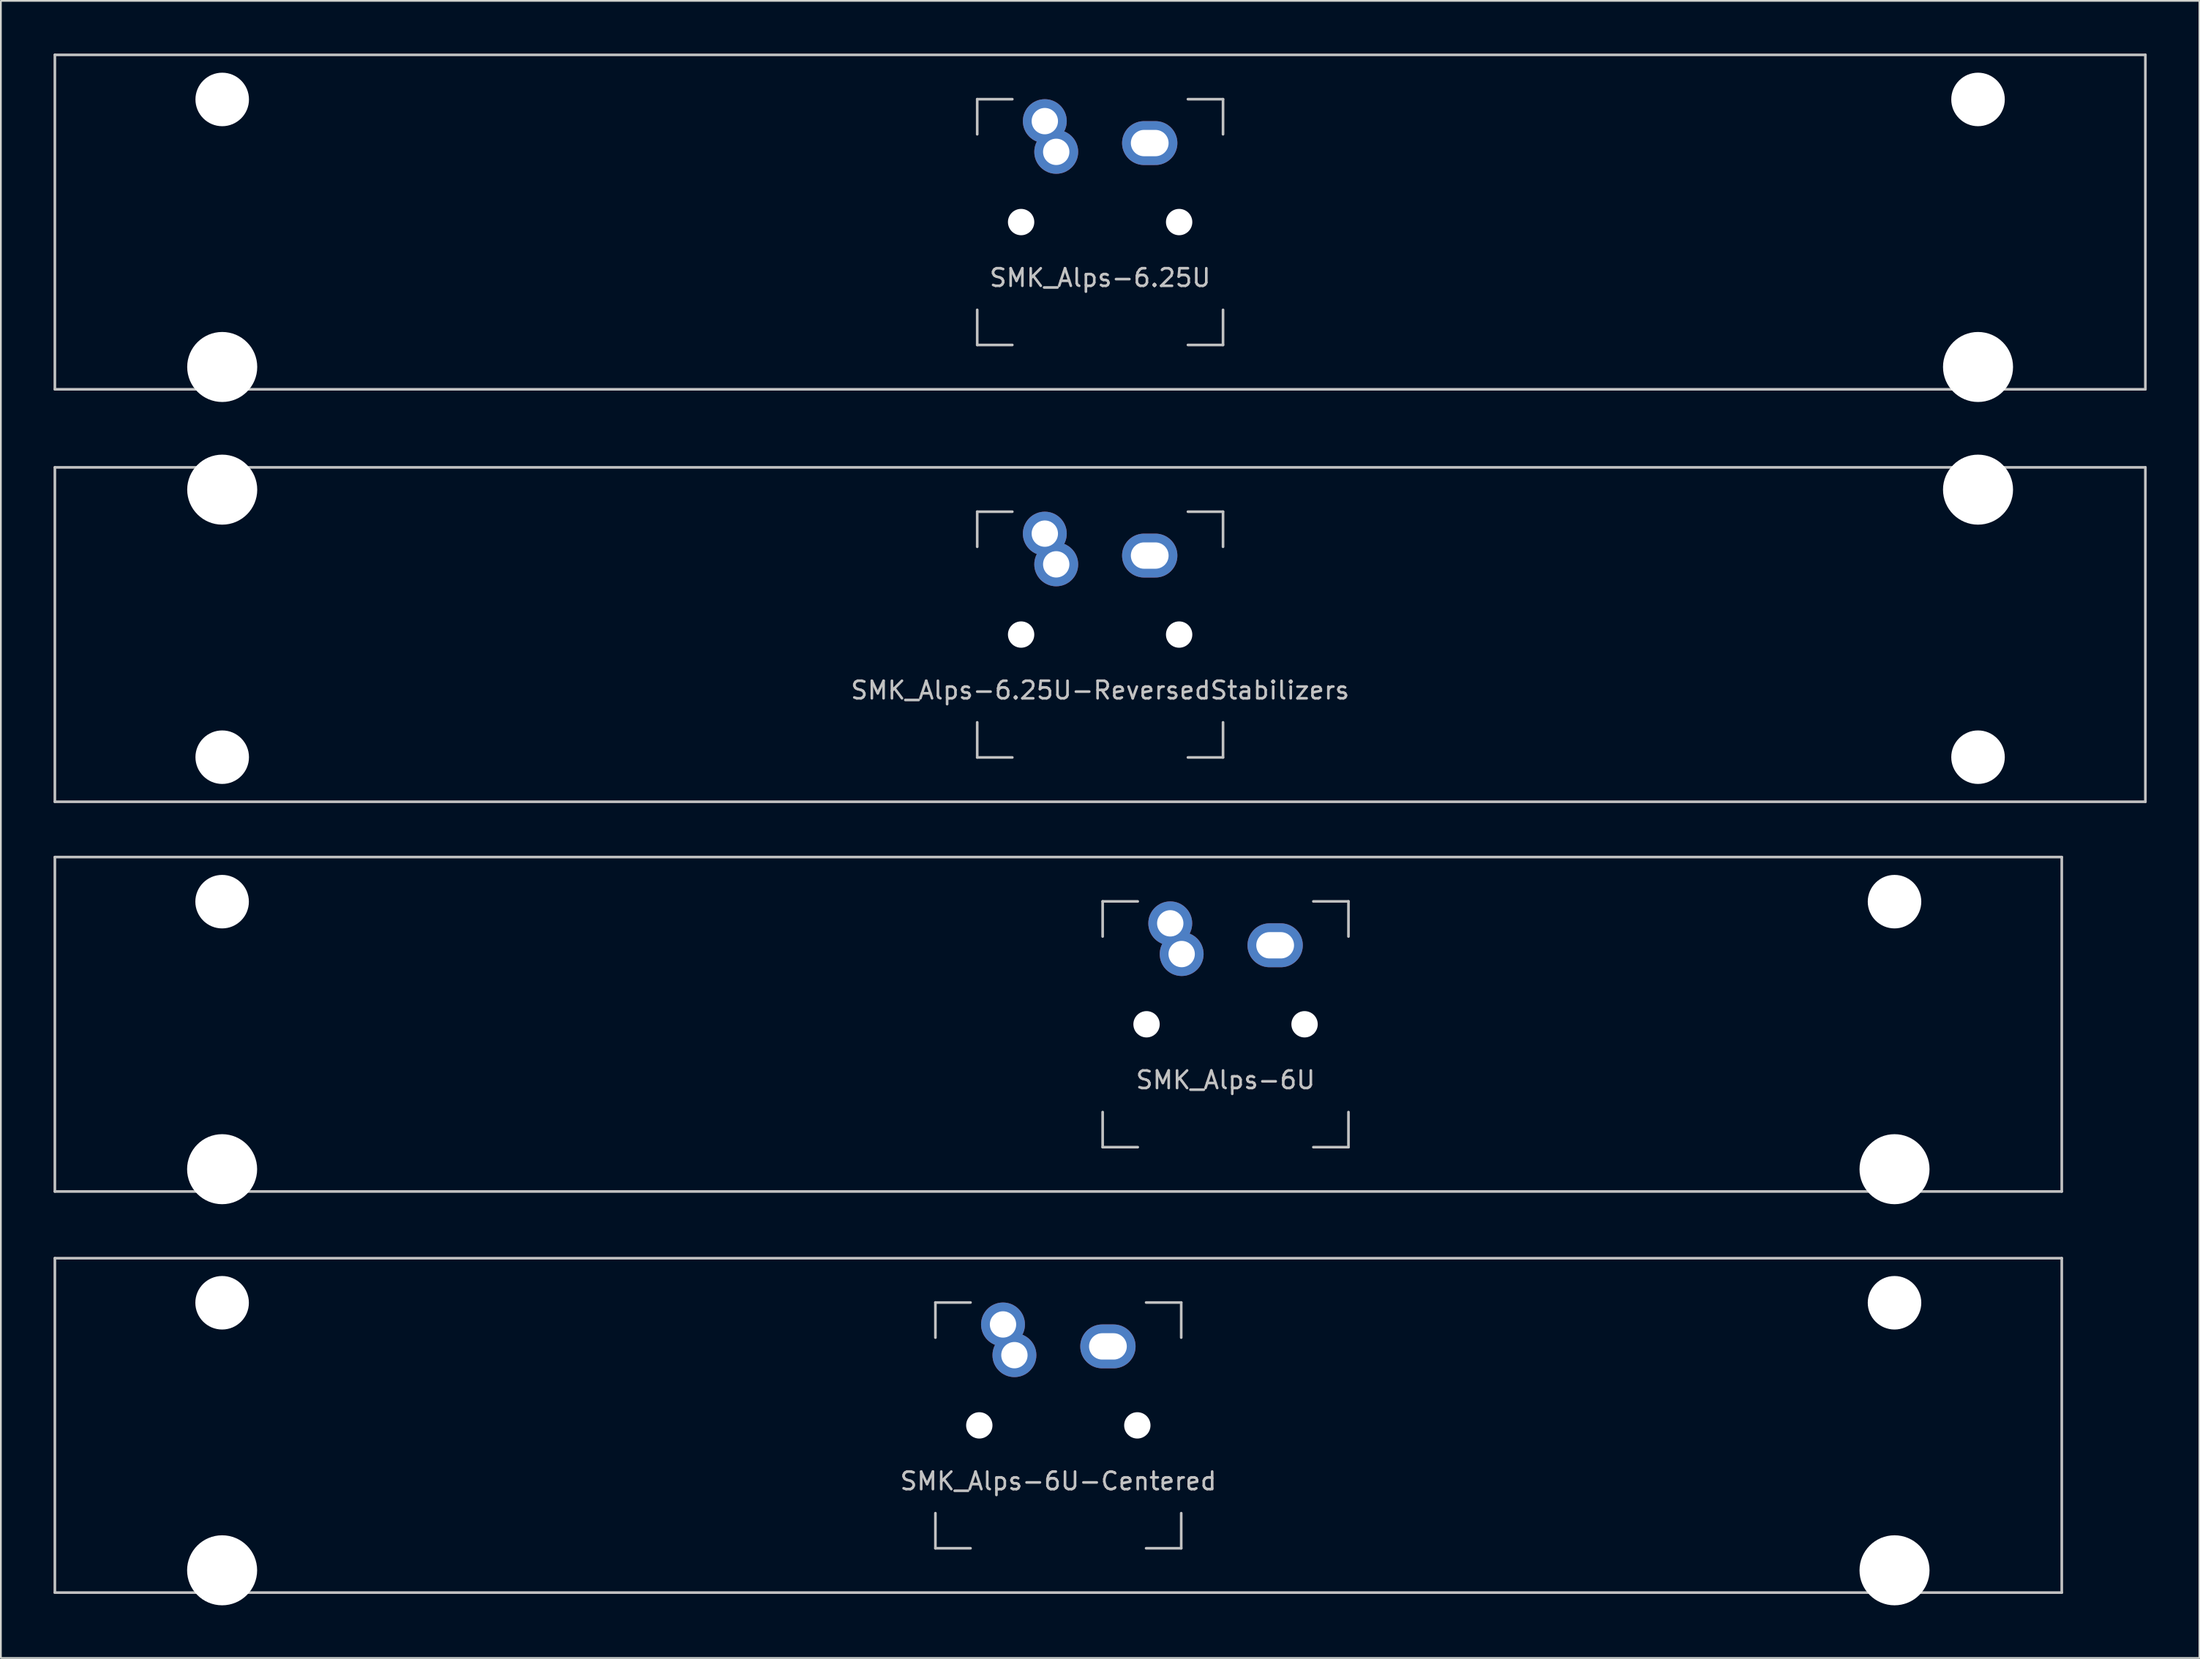
<source format=kicad_pcb>
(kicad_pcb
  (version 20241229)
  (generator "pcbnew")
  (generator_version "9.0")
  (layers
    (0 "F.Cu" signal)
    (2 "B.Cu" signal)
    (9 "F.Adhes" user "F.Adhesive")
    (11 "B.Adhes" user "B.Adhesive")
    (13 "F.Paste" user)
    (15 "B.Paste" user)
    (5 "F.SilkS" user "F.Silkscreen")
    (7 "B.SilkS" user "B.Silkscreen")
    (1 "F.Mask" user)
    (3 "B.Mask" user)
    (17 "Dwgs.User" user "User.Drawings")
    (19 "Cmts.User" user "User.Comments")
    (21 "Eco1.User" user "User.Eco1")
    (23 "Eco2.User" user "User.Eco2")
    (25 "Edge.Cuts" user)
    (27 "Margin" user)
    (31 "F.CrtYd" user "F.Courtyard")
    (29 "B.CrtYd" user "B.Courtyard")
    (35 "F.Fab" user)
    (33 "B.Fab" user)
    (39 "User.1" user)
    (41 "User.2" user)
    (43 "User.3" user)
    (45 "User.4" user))
  (footprint "SMK_Alps-6U"
    (layer "F.Cu")
    (at 57.225 55.298)
    (property "Reference" "SMK_Alps-6U" (at 9.525 3.175 0) (layer "Dwgs.User") (effects (font (size 1 1) (thickness 0.15))))
    (attr through_hole)
    (fp_line (start -57.15 -9.525) (end 57.15 -9.525) (stroke (width 0.15) (type solid)) (layer "Dwgs.User"))
    (fp_line (start -57.15 9.525) (end -57.15 -9.525) (stroke (width 0.15) (type solid)) (layer "Dwgs.User"))
    (fp_line (start -57.15 9.525) (end 57.15 9.525) (stroke (width 0.15) (type solid)) (layer "Dwgs.User"))
    (fp_line (start 2.525 -7) (end 2.525 -5) (stroke (width 0.15) (type solid)) (layer "Dwgs.User"))
    (fp_line (start 2.525 5) (end 2.525 7) (stroke (width 0.15) (type solid)) (layer "Dwgs.User"))
    (fp_line (start 2.525 7) (end 4.525 7) (stroke (width 0.15) (type solid)) (layer "Dwgs.User"))
    (fp_line (start 4.525 -7) (end 2.525 -7) (stroke (width 0.15) (type solid)) (layer "Dwgs.User"))
    (fp_line (start 14.525 -7) (end 16.525 -7) (stroke (width 0.15) (type solid)) (layer "Dwgs.User"))
    (fp_line (start 14.525 7) (end 16.525 7) (stroke (width 0.15) (type solid)) (layer "Dwgs.User"))
    (fp_line (start 16.525 -7) (end 16.525 -5) (stroke (width 0.15) (type solid)) (layer "Dwgs.User"))
    (fp_line (start 16.525 7) (end 16.525 5) (stroke (width 0.15) (type solid)) (layer "Dwgs.User"))
    (fp_line (start 57.15 -9.525) (end 57.15 9.525) (stroke (width 0.15) (type solid)) (layer "Dwgs.User"))
    (pad "" np_thru_hole circle (at -47.625 -6.985) (size 3.048 3.048) (drill 3.048) (layers "*.Cu" "*.Mask"))
    (pad "" np_thru_hole circle (at -47.625 8.255) (size 3.988 3.988) (drill 3.988) (layers "*.Cu" "*.Mask"))
    (pad "" np_thru_hole circle (at 5.025 0 330.95) (size 1.5 1.5) (drill 1.5) (layers "*.Cu" "*.Mask"))
    (pad "" np_thru_hole circle (at 14.025 0 330.95) (size 1.5 1.5) (drill 1.5) (layers "*.Cu" "*.Mask"))
    (pad "" np_thru_hole circle (at 47.625 -6.985) (size 3.048 3.048) (drill 3.048) (layers "*.Cu" "*.Mask"))
    (pad "" np_thru_hole circle (at 47.625 8.255) (size 3.988 3.988) (drill 3.988) (layers "*.Cu" "*.Mask"))
    (pad "SW1" thru_hole circle (at 6.375 -5.75) (size 2.5 2.5) (drill 1.5) (layers "*.Cu" "*.Mask"))
    (pad "SW1" thru_hole circle (at 7.025 -4 330.95) (size 2.5 2.5) (drill 1.5) (layers "*.Cu" "*.Mask"))
    (pad "SW2" thru_hole oval (at 12.35 -4.5) (size 3.15 2.5) (drill oval 2.15 1.5) (layers "*.Cu" "*.Mask")))
  (footprint "SMK_Alps-6U-Centered"
    (layer "F.Cu")
    (at 57.225 78.147)
    (property "Reference" "SMK_Alps-6U-Centered" (at 0 3.175 0) (layer "Dwgs.User") (effects (font (size 1 1) (thickness 0.15))))
    (attr through_hole)
    (fp_line (start -57.15 -9.525) (end 57.15 -9.525) (stroke (width 0.15) (type solid)) (layer "Dwgs.User"))
    (fp_line (start -57.15 9.525) (end -57.15 -9.525) (stroke (width 0.15) (type solid)) (layer "Dwgs.User"))
    (fp_line (start -57.15 9.525) (end 57.15 9.525) (stroke (width 0.15) (type solid)) (layer "Dwgs.User"))
    (fp_line (start -7 -7) (end -7 -5) (stroke (width 0.15) (type solid)) (layer "Dwgs.User"))
    (fp_line (start -7 5) (end -7 7) (stroke (width 0.15) (type solid)) (layer "Dwgs.User"))
    (fp_line (start -7 7) (end -5 7) (stroke (width 0.15) (type solid)) (layer "Dwgs.User"))
    (fp_line (start -5 -7) (end -7 -7) (stroke (width 0.15) (type solid)) (layer "Dwgs.User"))
    (fp_line (start 5 -7) (end 7 -7) (stroke (width 0.15) (type solid)) (layer "Dwgs.User"))
    (fp_line (start 5 7) (end 7 7) (stroke (width 0.15) (type solid)) (layer "Dwgs.User"))
    (fp_line (start 7 -7) (end 7 -5) (stroke (width 0.15) (type solid)) (layer "Dwgs.User"))
    (fp_line (start 7 7) (end 7 5) (stroke (width 0.15) (type solid)) (layer "Dwgs.User"))
    (fp_line (start 57.15 -9.525) (end 57.15 9.525) (stroke (width 0.15) (type solid)) (layer "Dwgs.User"))
    (pad "" np_thru_hole circle (at -47.625 -6.985) (size 3.048 3.048) (drill 3.048) (layers "*.Cu" "*.Mask"))
    (pad "" np_thru_hole circle (at -47.625 8.255) (size 3.988 3.988) (drill 3.988) (layers "*.Cu" "*.Mask"))
    (pad "" np_thru_hole circle (at -4.5 0 330.95) (size 1.5 1.5) (drill 1.5) (layers "*.Cu" "*.Mask"))
    (pad "" np_thru_hole circle (at 4.5 0 330.95) (size 1.5 1.5) (drill 1.5) (layers "*.Cu" "*.Mask"))
    (pad "" np_thru_hole circle (at 47.625 -6.985) (size 3.048 3.048) (drill 3.048) (layers "*.Cu" "*.Mask"))
    (pad "" np_thru_hole circle (at 47.625 8.255) (size 3.988 3.988) (drill 3.988) (layers "*.Cu" "*.Mask"))
    (pad "SW1" thru_hole circle (at -3.15 -5.75) (size 2.5 2.5) (drill 1.5) (layers "*.Cu" "*.Mask"))
    (pad "SW1" thru_hole circle (at -2.5 -4 330.95) (size 2.5 2.5) (drill 1.5) (layers "*.Cu" "*.Mask"))
    (pad "SW2" thru_hole oval (at 2.825 -4.5) (size 3.15 2.5) (drill oval 2.15 1.5) (layers "*.Cu" "*.Mask")))
  (footprint "SMK_Alps-6.25U-ReversedStabilizers"
    (layer "F.Cu")
    (at 59.606 33.098)
    (property "Reference" "SMK_Alps-6.25U-ReversedStabilizers" (at 0 3.175 0) (layer "Dwgs.User") (effects (font (size 1 1) (thickness 0.15))))
    (attr through_hole)
    (fp_line (start -59.531 -9.525) (end 59.531 -9.525) (stroke (width 0.15) (type solid)) (layer "Dwgs.User"))
    (fp_line (start -59.531 9.525) (end -59.531 -9.525) (stroke (width 0.15) (type solid)) (layer "Dwgs.User"))
    (fp_line (start -59.531 9.525) (end 59.531 9.525) (stroke (width 0.15) (type solid)) (layer "Dwgs.User"))
    (fp_line (start -7 -7) (end -7 -5) (stroke (width 0.15) (type solid)) (layer "Dwgs.User"))
    (fp_line (start -7 5) (end -7 7) (stroke (width 0.15) (type solid)) (layer "Dwgs.User"))
    (fp_line (start -7 7) (end -5 7) (stroke (width 0.15) (type solid)) (layer "Dwgs.User"))
    (fp_line (start -5 -7) (end -7 -7) (stroke (width 0.15) (type solid)) (layer "Dwgs.User"))
    (fp_line (start 5 -7) (end 7 -7) (stroke (width 0.15) (type solid)) (layer "Dwgs.User"))
    (fp_line (start 5 7) (end 7 7) (stroke (width 0.15) (type solid)) (layer "Dwgs.User"))
    (fp_line (start 7 -7) (end 7 -5) (stroke (width 0.15) (type solid)) (layer "Dwgs.User"))
    (fp_line (start 7 7) (end 7 5) (stroke (width 0.15) (type solid)) (layer "Dwgs.User"))
    (fp_line (start 59.531 -9.525) (end 59.531 9.525) (stroke (width 0.15) (type solid)) (layer "Dwgs.User"))
    (pad "" np_thru_hole circle (at -50 -8.255) (size 3.988 3.988) (drill 3.988) (layers "*.Cu" "*.Mask"))
    (pad "" np_thru_hole circle (at -50 6.985) (size 3.048 3.048) (drill 3.048) (layers "*.Cu" "*.Mask"))
    (pad "" np_thru_hole circle (at -4.5 0 330.95) (size 1.5 1.5) (drill 1.5) (layers "*.Cu" "*.Mask"))
    (pad "" np_thru_hole circle (at 4.5 0 330.95) (size 1.5 1.5) (drill 1.5) (layers "*.Cu" "*.Mask"))
    (pad "" np_thru_hole circle (at 50 -8.255) (size 3.988 3.988) (drill 3.988) (layers "*.Cu" "*.Mask"))
    (pad "" np_thru_hole circle (at 50 6.985) (size 3.048 3.048) (drill 3.048) (layers "*.Cu" "*.Mask"))
    (pad "SW1" thru_hole circle (at -3.15 -5.75) (size 2.5 2.5) (drill 1.5) (layers "*.Cu" "*.Mask"))
    (pad "SW1" thru_hole circle (at -2.5 -4 330.95) (size 2.5 2.5) (drill 1.5) (layers "*.Cu" "*.Mask"))
    (pad "SW2" thru_hole oval (at 2.825 -4.5) (size 3.15 2.5) (drill oval 2.15 1.5) (layers "*.Cu" "*.Mask")))
  (footprint "SMK_Alps-6.25U"
    (layer "F.Cu")
    (at 59.606 9.6)
    (property "Reference" "SMK_Alps-6.25U" (at 0 3.175 0) (layer "Dwgs.User") (effects (font (size 1 1) (thickness 0.15))))
    (attr through_hole)
    (fp_line (start -59.531 -9.525) (end 59.531 -9.525) (stroke (width 0.15) (type solid)) (layer "Dwgs.User"))
    (fp_line (start -59.531 9.525) (end -59.531 -9.525) (stroke (width 0.15) (type solid)) (layer "Dwgs.User"))
    (fp_line (start -59.531 9.525) (end 59.531 9.525) (stroke (width 0.15) (type solid)) (layer "Dwgs.User"))
    (fp_line (start -7 -7) (end -7 -5) (stroke (width 0.15) (type solid)) (layer "Dwgs.User"))
    (fp_line (start -7 5) (end -7 7) (stroke (width 0.15) (type solid)) (layer "Dwgs.User"))
    (fp_line (start -7 7) (end -5 7) (stroke (width 0.15) (type solid)) (layer "Dwgs.User"))
    (fp_line (start -5 -7) (end -7 -7) (stroke (width 0.15) (type solid)) (layer "Dwgs.User"))
    (fp_line (start 5 -7) (end 7 -7) (stroke (width 0.15) (type solid)) (layer "Dwgs.User"))
    (fp_line (start 5 7) (end 7 7) (stroke (width 0.15) (type solid)) (layer "Dwgs.User"))
    (fp_line (start 7 -7) (end 7 -5) (stroke (width 0.15) (type solid)) (layer "Dwgs.User"))
    (fp_line (start 7 7) (end 7 5) (stroke (width 0.15) (type solid)) (layer "Dwgs.User"))
    (fp_line (start 59.531 -9.525) (end 59.531 9.525) (stroke (width 0.15) (type solid)) (layer "Dwgs.User"))
    (pad "" np_thru_hole circle (at -50 -6.985) (size 3.048 3.048) (drill 3.048) (layers "*.Cu" "*.Mask"))
    (pad "" np_thru_hole circle (at -50 8.255) (size 3.988 3.988) (drill 3.988) (layers "*.Cu" "*.Mask"))
    (pad "" np_thru_hole circle (at -4.5 0 330.95) (size 1.5 1.5) (drill 1.5) (layers "*.Cu" "*.Mask"))
    (pad "" np_thru_hole circle (at 4.5 0 330.95) (size 1.5 1.5) (drill 1.5) (layers "*.Cu" "*.Mask"))
    (pad "" np_thru_hole circle (at 50 -6.985) (size 3.048 3.048) (drill 3.048) (layers "*.Cu" "*.Mask"))
    (pad "" np_thru_hole circle (at 50 8.255) (size 3.988 3.988) (drill 3.988) (layers "*.Cu" "*.Mask"))
    (pad "SW1" thru_hole circle (at -3.15 -5.75) (size 2.5 2.5) (drill 1.5) (layers "*.Cu" "*.Mask"))
    (pad "SW1" thru_hole circle (at -2.5 -4 330.95) (size 2.5 2.5) (drill 1.5) (layers "*.Cu" "*.Mask"))
    (pad "SW2" thru_hole oval (at 2.825 -4.5) (size 3.15 2.5) (drill oval 2.15 1.5) (layers "*.Cu" "*.Mask")))
  (gr_rect
    (start -3 -3)
    (end 122.213 91.396)
    (stroke (width 0.1) (type default))
    (fill no)
    (layer "Edge.Cuts")))
</source>
